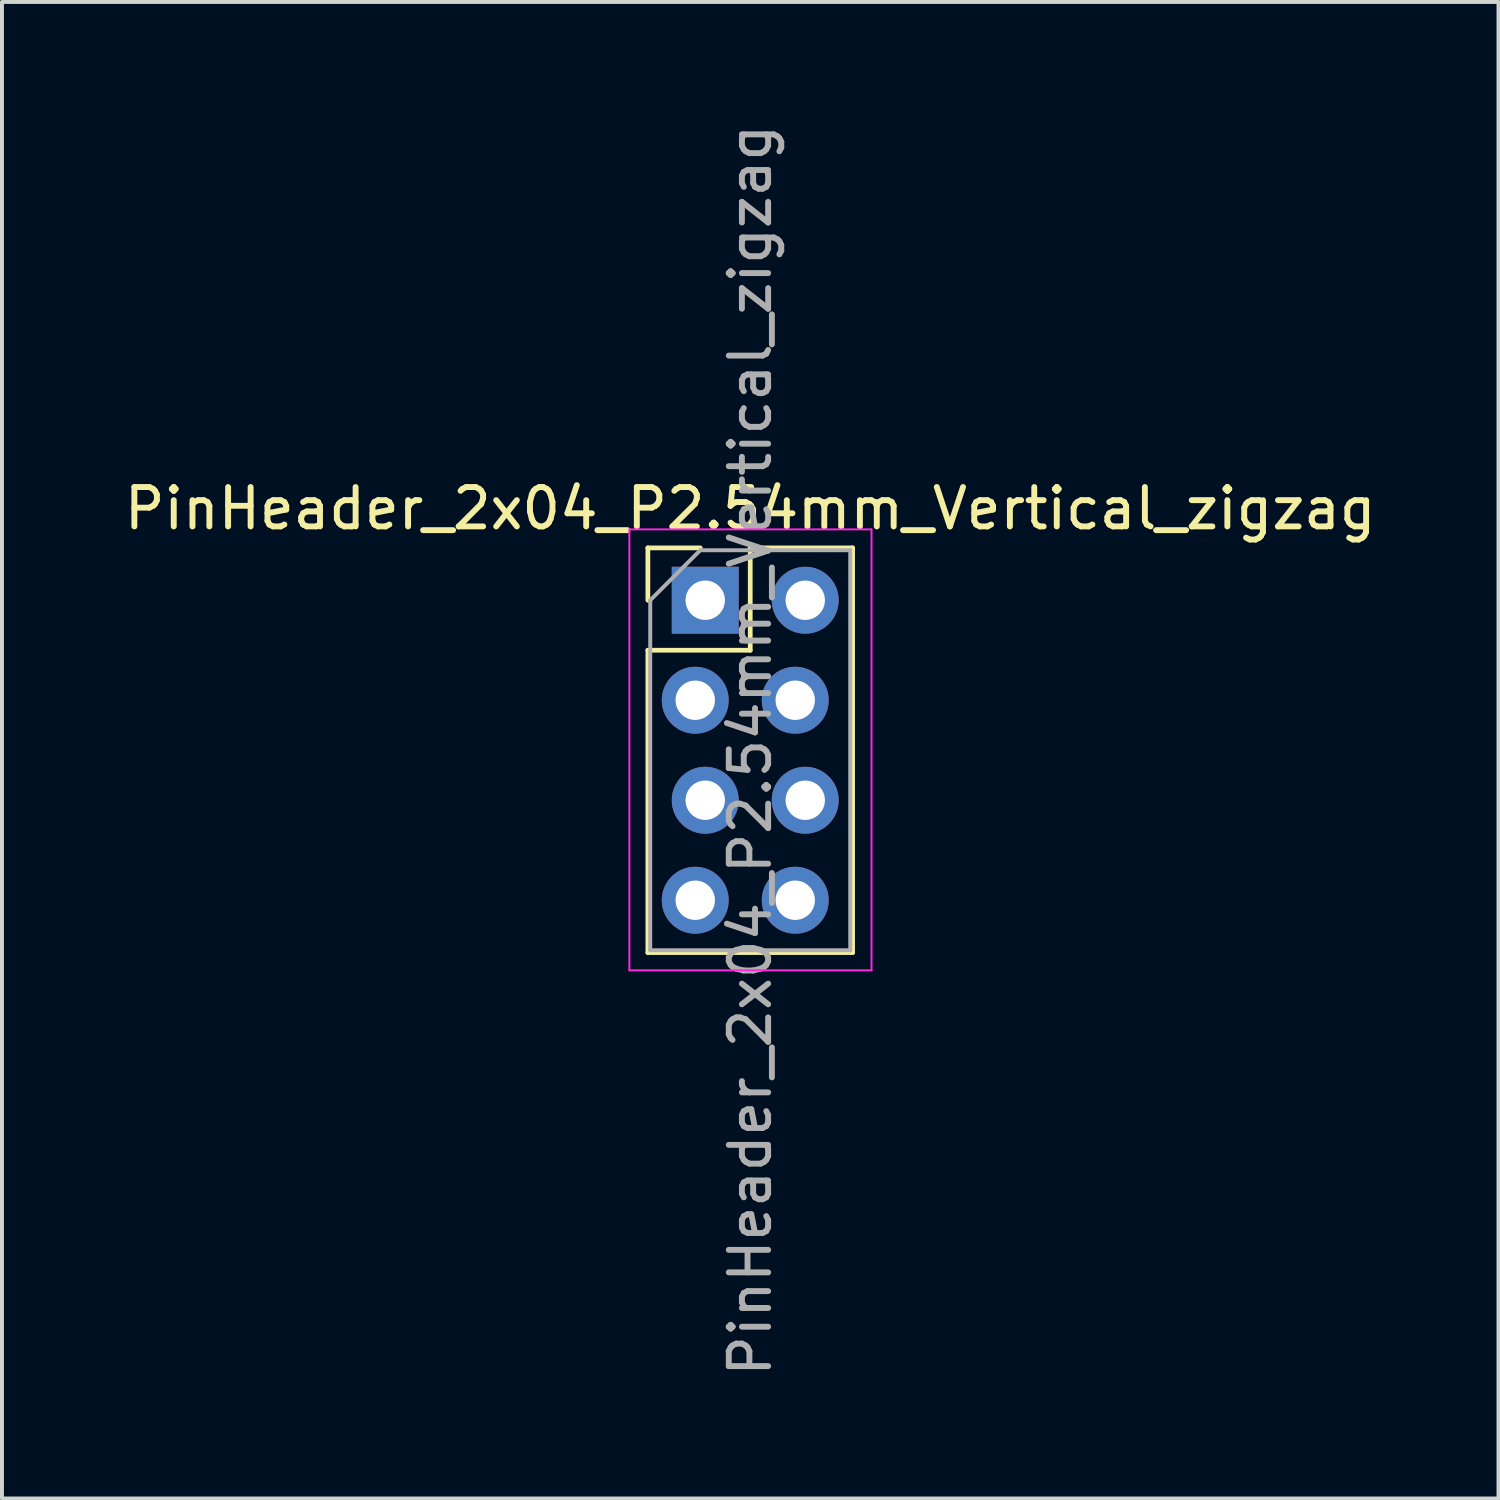
<source format=kicad_pcb>
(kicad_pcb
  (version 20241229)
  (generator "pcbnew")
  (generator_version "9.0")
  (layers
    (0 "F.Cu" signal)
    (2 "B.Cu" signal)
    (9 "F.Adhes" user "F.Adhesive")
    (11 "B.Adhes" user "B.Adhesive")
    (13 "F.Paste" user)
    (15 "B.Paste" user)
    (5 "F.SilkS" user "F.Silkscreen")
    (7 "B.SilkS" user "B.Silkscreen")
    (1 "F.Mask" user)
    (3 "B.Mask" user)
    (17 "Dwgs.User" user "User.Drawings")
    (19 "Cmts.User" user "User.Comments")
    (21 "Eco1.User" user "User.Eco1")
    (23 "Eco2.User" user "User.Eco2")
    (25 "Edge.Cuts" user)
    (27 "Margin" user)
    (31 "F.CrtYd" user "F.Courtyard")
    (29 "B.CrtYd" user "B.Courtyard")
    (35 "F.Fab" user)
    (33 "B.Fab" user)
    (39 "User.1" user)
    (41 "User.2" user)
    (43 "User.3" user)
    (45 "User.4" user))
  (footprint "PinHeader_2x04_P2.54mm_Vertical_zigzag"
    (layer "F.Cu")
    (at 14.736 12.196)
    (property "Reference" "PinHeader_2x04_P2.54mm_Vertical_zigzag" (at 1.27 -2.33 0) (layer "F.SilkS") (effects (font (size 1 1) (thickness 0.15))))
    (attr through_hole)
    (fp_line (start -1.33 -1.33) (end 0 -1.33) (stroke (width 0.12) (type solid)) (layer "F.SilkS"))
    (fp_line (start -1.33 0) (end -1.33 -1.33) (stroke (width 0.12) (type solid)) (layer "F.SilkS"))
    (fp_line (start -1.33 1.27) (end -1.33 8.95) (stroke (width 0.12) (type solid)) (layer "F.SilkS"))
    (fp_line (start -1.33 1.27) (end 1.27 1.27) (stroke (width 0.12) (type solid)) (layer "F.SilkS"))
    (fp_line (start -1.33 8.95) (end 3.87 8.95) (stroke (width 0.12) (type solid)) (layer "F.SilkS"))
    (fp_line (start 1.27 -1.33) (end 3.87 -1.33) (stroke (width 0.12) (type solid)) (layer "F.SilkS"))
    (fp_line (start 1.27 1.27) (end 1.27 -1.33) (stroke (width 0.12) (type solid)) (layer "F.SilkS"))
    (fp_line (start 3.87 -1.33) (end 3.87 8.95) (stroke (width 0.12) (type solid)) (layer "F.SilkS"))
    (fp_line (start -1.8 -1.8) (end -1.8 9.4) (stroke (width 0.05) (type solid)) (layer "F.CrtYd"))
    (fp_line (start -1.8 9.4) (end 4.35 9.4) (stroke (width 0.05) (type solid)) (layer "F.CrtYd"))
    (fp_line (start 4.35 -1.8) (end -1.8 -1.8) (stroke (width 0.05) (type solid)) (layer "F.CrtYd"))
    (fp_line (start 4.35 9.4) (end 4.35 -1.8) (stroke (width 0.05) (type solid)) (layer "F.CrtYd"))
    (fp_line (start -1.27 0) (end 0 -1.27) (stroke (width 0.1) (type solid)) (layer "F.Fab"))
    (fp_line (start -1.27 8.89) (end -1.27 0) (stroke (width 0.1) (type solid)) (layer "F.Fab"))
    (fp_line (start 0 -1.27) (end 3.81 -1.27) (stroke (width 0.1) (type solid)) (layer "F.Fab"))
    (fp_line (start 3.81 -1.27) (end 3.81 8.89) (stroke (width 0.1) (type solid)) (layer "F.Fab"))
    (fp_line (start 3.81 8.89) (end -1.27 8.89) (stroke (width 0.1) (type solid)) (layer "F.Fab"))
    (fp_text user "${REFERENCE}" (at 1.27 3.81 90) (layer "F.Fab") (effects (font (size 1 1) (thickness 0.15))))
    (pad "1" thru_hole rect (at 0.127 0) (size 1.7 1.7) (drill 1) (layers "*.Cu" "*.Mask"))
    (pad "2" thru_hole oval (at 2.667 0) (size 1.7 1.7) (drill 1) (layers "*.Cu" "*.Mask"))
    (pad "3" thru_hole oval (at -0.127 2.54) (size 1.7 1.7) (drill 1) (layers "*.Cu" "*.Mask"))
    (pad "4" thru_hole oval (at 2.413 2.54) (size 1.7 1.7) (drill 1) (layers "*.Cu" "*.Mask"))
    (pad "5" thru_hole oval (at 0.127 5.08) (size 1.7 1.7) (drill 1) (layers "*.Cu" "*.Mask"))
    (pad "6" thru_hole oval (at 2.667 5.08) (size 1.7 1.7) (drill 1) (layers "*.Cu" "*.Mask"))
    (pad "7" thru_hole oval (at -0.127 7.62) (size 1.7 1.7) (drill 1) (layers "*.Cu" "*.Mask"))
    (pad "8" thru_hole oval (at 2.413 7.62) (size 1.7 1.7) (drill 1) (layers "*.Cu" "*.Mask")))
  (gr_rect
    (start -3 -3)
    (end 35.012 35.012)
    (stroke (width 0.1) (type default))
    (fill no)
    (layer "Edge.Cuts")))
</source>
